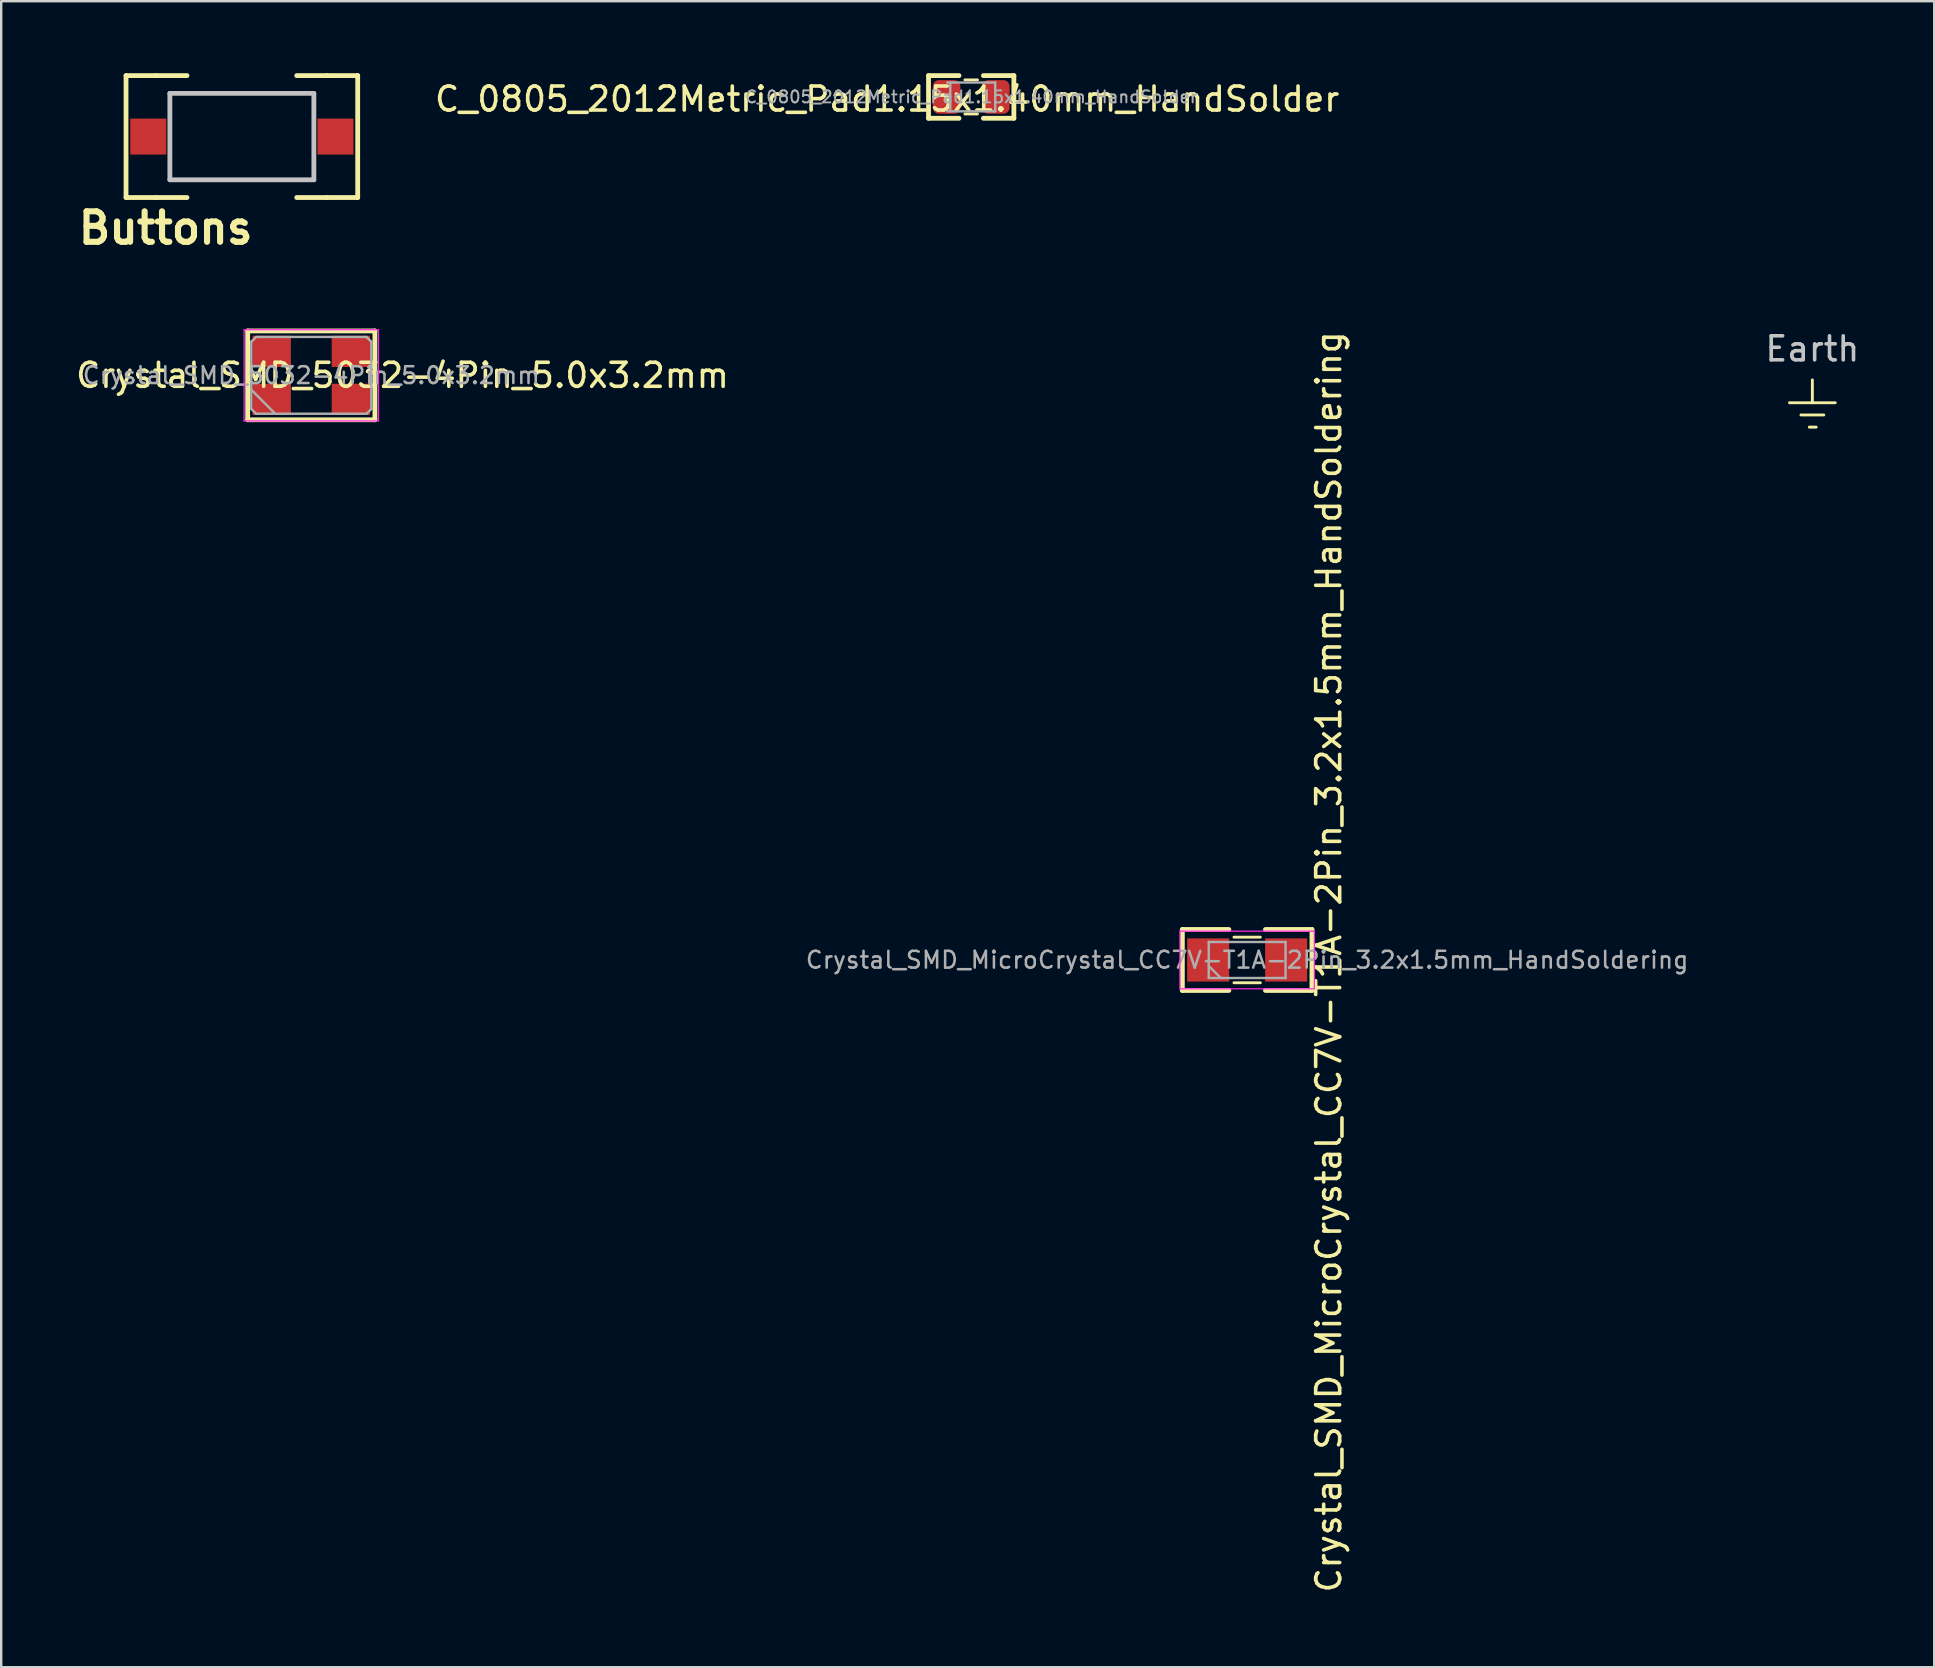
<source format=kicad_pcb>
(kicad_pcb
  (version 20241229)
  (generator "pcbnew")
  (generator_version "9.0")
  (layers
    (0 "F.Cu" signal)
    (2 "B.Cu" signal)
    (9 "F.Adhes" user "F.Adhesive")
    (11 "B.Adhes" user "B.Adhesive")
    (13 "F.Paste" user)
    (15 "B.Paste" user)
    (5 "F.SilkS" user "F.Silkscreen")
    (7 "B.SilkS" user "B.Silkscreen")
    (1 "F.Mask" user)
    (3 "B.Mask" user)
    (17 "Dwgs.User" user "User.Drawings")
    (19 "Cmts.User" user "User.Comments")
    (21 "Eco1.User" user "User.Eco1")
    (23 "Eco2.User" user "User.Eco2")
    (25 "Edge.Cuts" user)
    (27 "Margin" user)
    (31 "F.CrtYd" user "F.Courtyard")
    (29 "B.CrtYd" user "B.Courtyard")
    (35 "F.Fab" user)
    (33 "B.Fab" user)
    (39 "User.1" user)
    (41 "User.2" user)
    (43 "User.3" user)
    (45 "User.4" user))
  (footprint "Buttons"
    (layer "F.Cu")
    (at 7.027 2.64)
    (property "Reference" "Buttons" (at -3.175 3.81 0) (layer "F.SilkS") (effects (font (size 1.27 1.27) (thickness 0.254))))
    (attr smd)
    (fp_line (start -4.826 -2.54) (end -3.556 -2.54) (stroke (width 0.2) (type solid)) (layer "F.SilkS"))
    (fp_line (start -4.826 2.54) (end -4.826 -2.54) (stroke (width 0.2) (type solid)) (layer "F.SilkS"))
    (fp_line (start -3.556 -2.54) (end -2.286 -2.54) (stroke (width 0.2) (type solid)) (layer "F.SilkS"))
    (fp_line (start -3.556 2.54) (end -4.826 2.54) (stroke (width 0.2) (type solid)) (layer "F.SilkS"))
    (fp_line (start -3.556 2.54) (end -2.286 2.54) (stroke (width 0.2) (type solid)) (layer "F.SilkS"))
    (fp_line (start -3 -1.8) (end 3 -1.8) (stroke (width 0.1) (type solid)) (layer "F.SilkS"))
    (fp_line (start -3 -1) (end -3 -1.8) (stroke (width 0.1) (type solid)) (layer "F.SilkS"))
    (fp_line (start -3 1) (end -3 1.8) (stroke (width 0.1) (type solid)) (layer "F.SilkS"))
    (fp_line (start -3 1.8) (end 3 1.8) (stroke (width 0.1) (type solid)) (layer "F.SilkS"))
    (fp_line (start 3 -1.8) (end 3 -1) (stroke (width 0.1) (type solid)) (layer "F.SilkS"))
    (fp_line (start 3 1.8) (end 3 1) (stroke (width 0.1) (type solid)) (layer "F.SilkS"))
    (fp_line (start 3.556 -2.54) (end 2.286 -2.54) (stroke (width 0.2) (type solid)) (layer "F.SilkS"))
    (fp_line (start 3.556 -2.54) (end 4.826 -2.54) (stroke (width 0.2) (type solid)) (layer "F.SilkS"))
    (fp_line (start 3.556 2.54) (end 2.286 2.54) (stroke (width 0.2) (type solid)) (layer "F.SilkS"))
    (fp_line (start 4.826 -2.54) (end 4.826 2.54) (stroke (width 0.2) (type solid)) (layer "F.SilkS"))
    (fp_line (start 4.826 2.54) (end 3.556 2.54) (stroke (width 0.2) (type solid)) (layer "F.SilkS"))
    (fp_line (start -3 -1.8) (end 3 -1.8) (stroke (width 0.2) (type solid)) (layer "Dwgs.User"))
    (fp_line (start -3 1.8) (end -3 -1.8) (stroke (width 0.2) (type solid)) (layer "Dwgs.User"))
    (fp_line (start 3 -1.8) (end 3 1.8) (stroke (width 0.2) (type solid)) (layer "Dwgs.User"))
    (fp_line (start 3 1.8) (end -3 1.8) (stroke (width 0.2) (type solid)) (layer "Dwgs.User"))
    (pad "1" smd rect (at -3.9 0 90) (size 1.5 1.5) (layers "F.Cu" "F.Mask" "F.Paste"))
    (pad "2" smd rect (at 3.9 0 90) (size 1.5 1.5) (layers "F.Cu" "F.Mask" "F.Paste")))
  (footprint "Earth"
    (layer "F.Cu")
    (at 72.46 12.765)
    (property "Reference" "Earth" (at 0 -1.278 0) (unlocked yes) (layer "Dwgs.User") (effects (font (size 1 1) (thickness 0.15))))
    (attr through_hole)
    (fp_line (start -0.953 0.965) (end 0.953 0.965) (stroke (width 0.12) (type solid)) (layer "F.SilkS"))
    (fp_line (start -0.476 1.473) (end 0.476 1.473) (stroke (width 0.12) (type solid)) (layer "F.SilkS"))
    (fp_line (start -0.127 1.981) (end 0.159 1.981) (stroke (width 0.12) (type solid)) (layer "F.SilkS"))
    (fp_line (start 0 0.013) (end 0 0.965) (stroke (width 0.12) (type solid)) (layer "F.SilkS")))
  (footprint "Crystal_SMD_MicroCrystal_CC7V-T1A-2Pin_3.2x1.5mm_HandSoldering"
    (layer "F.Cu")
    (at 48.911 36.946)
    (property "Reference" "Crystal_SMD_MicroCrystal_CC7V-T1A-2Pin_3.2x1.5mm_HandSoldering" (at 3.4 0.08 270) (layer "F.SilkS") (effects (font (size 1 1) (thickness 0.15))))
    (attr smd)
    (fp_line (start -2.7 -1.27) (end -2.7 1.27) (stroke (width 0.2) (type solid)) (layer "F.SilkS"))
    (fp_line (start -2.7 -1.27) (end -0.762 -1.27) (stroke (width 0.2) (type solid)) (layer "F.SilkS"))
    (fp_line (start -2.7 1.27) (end -0.762 1.27) (stroke (width 0.2) (type solid)) (layer "F.SilkS"))
    (fp_line (start -0.55 -0.95) (end 0.55 -0.95) (stroke (width 0.12) (type solid)) (layer "F.SilkS"))
    (fp_line (start -0.55 0.95) (end 0.55 0.95) (stroke (width 0.12) (type solid)) (layer "F.SilkS"))
    (fp_line (start 2.7 -1.27) (end 0.762 -1.27) (stroke (width 0.2) (type solid)) (layer "F.SilkS"))
    (fp_line (start 2.7 1.27) (end 0.762 1.27) (stroke (width 0.2) (type solid)) (layer "F.SilkS"))
    (fp_line (start 2.7 1.27) (end 2.7 -1.27) (stroke (width 0.2) (type solid)) (layer "F.SilkS"))
    (fp_line (start -2.8 -1.2) (end -2.8 1.2) (stroke (width 0.05) (type solid)) (layer "F.CrtYd"))
    (fp_line (start -2.8 1.2) (end 2.8 1.2) (stroke (width 0.05) (type solid)) (layer "F.CrtYd"))
    (fp_line (start 2.8 -1.2) (end -2.8 -1.2) (stroke (width 0.05) (type solid)) (layer "F.CrtYd"))
    (fp_line (start 2.8 1.2) (end 2.8 -1.2) (stroke (width 0.05) (type solid)) (layer "F.CrtYd"))
    (fp_line (start -1.6 -0.75) (end -1.6 0.75) (stroke (width 0.1) (type solid)) (layer "F.Fab"))
    (fp_line (start -1.6 0.25) (end -1.1 0.75) (stroke (width 0.1) (type solid)) (layer "F.Fab"))
    (fp_line (start -1.6 0.75) (end 1.6 0.75) (stroke (width 0.1) (type solid)) (layer "F.Fab"))
    (fp_line (start 1.6 -0.75) (end -1.6 -0.75) (stroke (width 0.1) (type solid)) (layer "F.Fab"))
    (fp_line (start 1.6 0.75) (end 1.6 -0.75) (stroke (width 0.1) (type solid)) (layer "F.Fab"))
    (fp_text user "${REFERENCE}" (at 0 0 0) (layer "F.Fab") (effects (font (size 0.7 0.7) (thickness 0.105))))
    (pad "1" smd rect (at -1.625 0) (size 1.75 1.8) (layers "F.Cu" "F.Mask" "F.Paste"))
    (pad "2" smd rect (at 1.625 0) (size 1.75 1.8) (layers "F.Cu" "F.Mask" "F.Paste")))
  (footprint "C_0805_2012Metric_Pad1.15x1.40mm_HandSolder"
    (layer "F.Cu")
    (at 37.414 0.989)
    (property "Reference" "C_0805_2012Metric_Pad1.15x1.40mm_HandSolder" (at -3.502 0.09 180) (layer "F.SilkS") (effects (font (size 1 1) (thickness 0.15))))
    (attr smd)
    (fp_line (start -1.778 -0.889) (end -0.508 -0.889) (stroke (width 0.2) (type solid)) (layer "F.SilkS"))
    (fp_line (start -1.778 0.889) (end -1.778 -0.889) (stroke (width 0.2) (type solid)) (layer "F.SilkS"))
    (fp_line (start -0.508 0.889) (end -1.778 0.889) (stroke (width 0.2) (type solid)) (layer "F.SilkS"))
    (fp_line (start -0.261 -0.71) (end 0.261 -0.71) (stroke (width 0.12) (type solid)) (layer "F.SilkS"))
    (fp_line (start -0.261 0.71) (end 0.261 0.71) (stroke (width 0.12) (type solid)) (layer "F.SilkS"))
    (fp_line (start 0.508 -0.889) (end 1.778 -0.889) (stroke (width 0.2) (type solid)) (layer "F.SilkS"))
    (fp_line (start 1.778 -0.889) (end 1.778 0.889) (stroke (width 0.2) (type solid)) (layer "F.SilkS"))
    (fp_line (start 1.778 0.889) (end 0.508 0.889) (stroke (width 0.2) (type solid)) (layer "F.SilkS"))
    (fp_line (start -1 -0.6) (end 1 -0.6) (stroke (width 0.1) (type solid)) (layer "F.Fab"))
    (fp_line (start -0.873 0.6) (end -0.873 -0.6) (stroke (width 0.1) (type solid)) (layer "F.Fab"))
    (fp_line (start 1 -0.6) (end 1 0.6) (stroke (width 0.1) (type solid)) (layer "F.Fab"))
    (fp_line (start 1 0.6) (end -1 0.6) (stroke (width 0.1) (type solid)) (layer "F.Fab"))
    (fp_text user "${REFERENCE}" (at 0 0 180) (layer "F.Fab") (effects (font (size 0.5 0.5) (thickness 0.08))))
    (pad "1" smd roundrect (at -1.025 0) (size 1.15 1.4) (layers "F.Cu" "F.Mask" "F.Paste") (roundrect_rratio 0.217))
    (pad "2" smd roundrect (at 1.025 0) (size 1.15 1.4) (layers "F.Cu" "F.Mask" "F.Paste") (roundrect_rratio 0.217)))
  (footprint "Crystal_SMD_5032-4Pin_5.0x3.2mm"
    (layer "F.Cu")
    (at 9.92 12.589)
    (property "Reference" "Crystal_SMD_5032-4Pin_5.0x3.2mm" (at 3.8 0 0) (layer "F.SilkS") (effects (font (size 1 1) (thickness 0.15))))
    (attr smd)
    (fp_line (start -2.65 -1.85) (end -2.65 1.85) (stroke (width 0.2) (type solid)) (layer "F.SilkS"))
    (fp_line (start -2.65 1.85) (end 2.65 1.85) (stroke (width 0.2) (type solid)) (layer "F.SilkS"))
    (fp_line (start 2.65 -1.85) (end -2.65 -1.85) (stroke (width 0.2) (type solid)) (layer "F.SilkS"))
    (fp_line (start 2.65 1.85) (end 2.65 -1.85) (stroke (width 0.2) (type solid)) (layer "F.SilkS"))
    (fp_line (start -2.8 -1.9) (end -2.8 1.9) (stroke (width 0.05) (type solid)) (layer "F.CrtYd"))
    (fp_line (start -2.8 1.9) (end 2.8 1.9) (stroke (width 0.05) (type solid)) (layer "F.CrtYd"))
    (fp_line (start 2.8 -1.9) (end -2.8 -1.9) (stroke (width 0.05) (type solid)) (layer "F.CrtYd"))
    (fp_line (start 2.8 1.9) (end 2.8 -1.9) (stroke (width 0.05) (type solid)) (layer "F.CrtYd"))
    (fp_line (start -2.5 -1.4) (end -2.3 -1.6) (stroke (width 0.1) (type solid)) (layer "F.Fab"))
    (fp_line (start -2.5 0.6) (end -1.5 1.6) (stroke (width 0.1) (type solid)) (layer "F.Fab"))
    (fp_line (start -2.5 1.4) (end -2.5 -1.4) (stroke (width 0.1) (type solid)) (layer "F.Fab"))
    (fp_line (start -2.3 -1.6) (end 2.3 -1.6) (stroke (width 0.1) (type solid)) (layer "F.Fab"))
    (fp_line (start -2.3 1.6) (end -2.5 1.4) (stroke (width 0.1) (type solid)) (layer "F.Fab"))
    (fp_line (start 2.3 -1.6) (end 2.5 -1.4) (stroke (width 0.1) (type solid)) (layer "F.Fab"))
    (fp_line (start 2.3 1.6) (end -2.3 1.6) (stroke (width 0.1) (type solid)) (layer "F.Fab"))
    (fp_line (start 2.5 -1.4) (end 2.5 1.4) (stroke (width 0.1) (type solid)) (layer "F.Fab"))
    (fp_line (start 2.5 1.4) (end 2.3 1.6) (stroke (width 0.1) (type solid)) (layer "F.Fab"))
    (fp_text user "${REFERENCE}" (at 0 0 0) (layer "F.Fab") (effects (font (size 0.7 0.7) (thickness 0.105))))
    (pad "1" smd rect (at -1.65 1) (size 1.6 1.3) (layers "F.Cu" "F.Mask" "F.Paste"))
    (pad "2" smd rect (at 1.65 1) (size 1.6 1.3) (layers "F.Cu" "F.Mask" "F.Paste"))
    (pad "3" smd rect (at 1.65 -1) (size 1.6 1.3) (layers "F.Cu" "F.Mask" "F.Paste"))
    (pad "4" smd rect (at -1.65 -1) (size 1.6 1.3) (layers "F.Cu" "F.Mask" "F.Paste")))
  (gr_rect
    (start -3 -3)
    (end 77.537 66.413)
    (stroke (width 0.1) (type default))
    (fill no)
    (layer "Edge.Cuts")))
</source>
